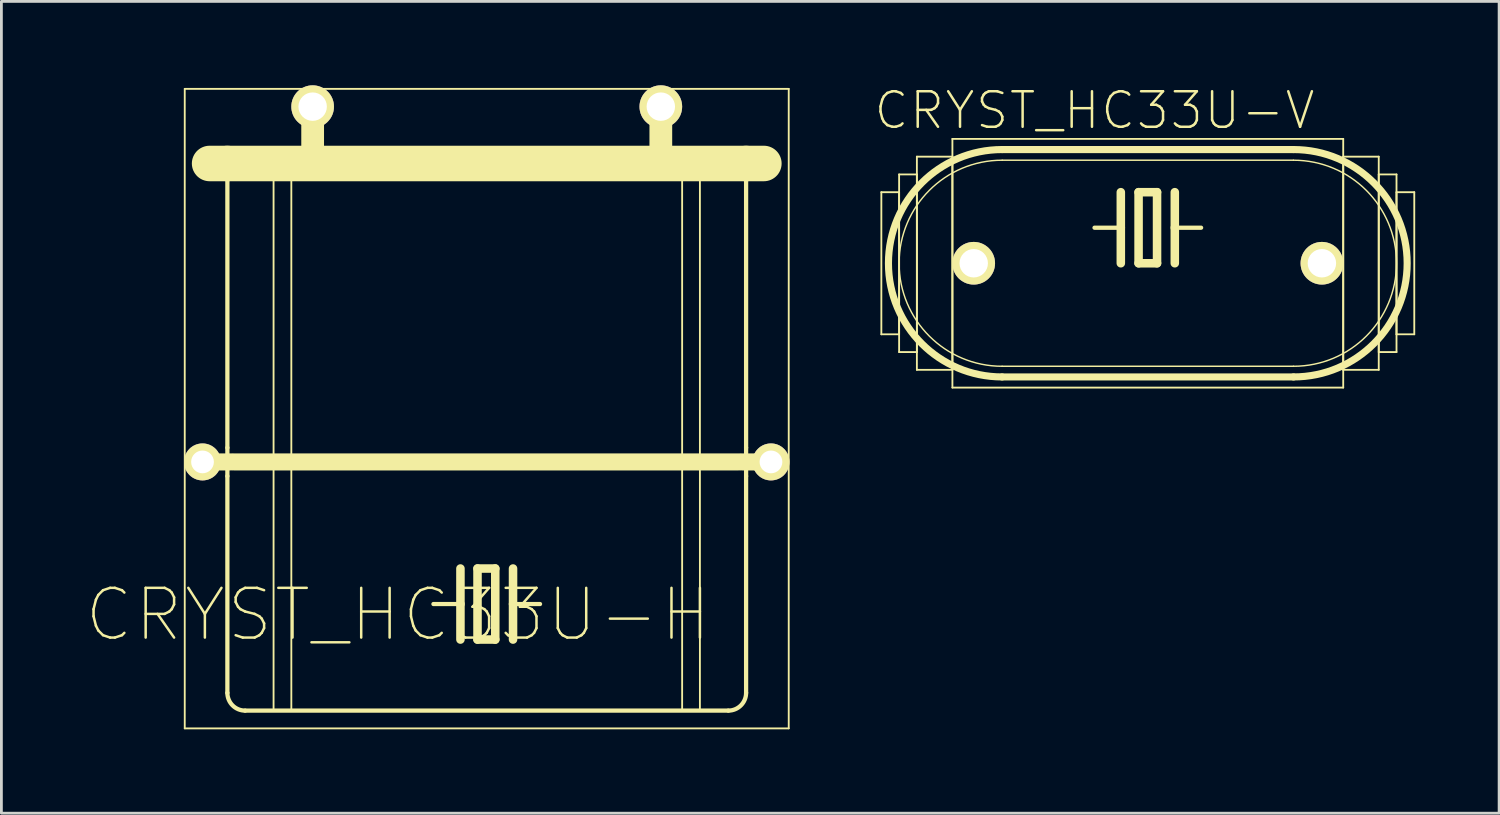
<source format=kicad_pcb>
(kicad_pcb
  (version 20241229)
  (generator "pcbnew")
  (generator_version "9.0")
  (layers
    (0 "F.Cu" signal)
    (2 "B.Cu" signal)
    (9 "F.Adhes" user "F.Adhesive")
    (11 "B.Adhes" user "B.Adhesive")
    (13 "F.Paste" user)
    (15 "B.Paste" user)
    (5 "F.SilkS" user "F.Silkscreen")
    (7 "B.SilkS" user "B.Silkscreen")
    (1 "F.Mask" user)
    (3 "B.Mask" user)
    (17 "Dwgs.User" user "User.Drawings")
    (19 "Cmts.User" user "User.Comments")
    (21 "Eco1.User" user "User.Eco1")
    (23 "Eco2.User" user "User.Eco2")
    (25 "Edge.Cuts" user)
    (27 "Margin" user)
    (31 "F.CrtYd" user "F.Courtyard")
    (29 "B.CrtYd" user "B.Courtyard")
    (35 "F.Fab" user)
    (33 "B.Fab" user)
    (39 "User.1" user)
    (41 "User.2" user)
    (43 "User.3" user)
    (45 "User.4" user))
  (footprint "CRYST_HC33U-V"
    (layer "F.Cu")
    (at 37.98 6.36)
    (property "Reference" "CRYST_HC33U-V" (at -1.905 -5.461 0) (layer "F.SilkS") (effects (font (size 1.27 1.27) (thickness 0.089))))
    (attr exclude_from_pos_files exclude_from_bom)
    (fp_line (start -9.525 -2.54) (end -8.89 -2.54) (stroke (width 0.066) (type solid)) (layer "F.SilkS"))
    (fp_line (start -9.525 2.54) (end -9.525 -2.54) (stroke (width 0.066) (type solid)) (layer "F.SilkS"))
    (fp_line (start -9.525 2.54) (end -8.89 2.54) (stroke (width 0.066) (type solid)) (layer "F.SilkS"))
    (fp_line (start -8.89 -3.175) (end -8.255 -3.175) (stroke (width 0.066) (type solid)) (layer "F.SilkS"))
    (fp_line (start -8.89 2.54) (end -8.89 -2.54) (stroke (width 0.066) (type solid)) (layer "F.SilkS"))
    (fp_line (start -8.89 3.175) (end -8.89 -3.175) (stroke (width 0.066) (type solid)) (layer "F.SilkS"))
    (fp_line (start -8.89 3.175) (end -8.255 3.175) (stroke (width 0.066) (type solid)) (layer "F.SilkS"))
    (fp_line (start -8.255 -3.81) (end -6.985 -3.81) (stroke (width 0.066) (type solid)) (layer "F.SilkS"))
    (fp_line (start -8.255 3.175) (end -8.255 -3.175) (stroke (width 0.066) (type solid)) (layer "F.SilkS"))
    (fp_line (start -8.255 3.81) (end -8.255 -3.81) (stroke (width 0.066) (type solid)) (layer "F.SilkS"))
    (fp_line (start -8.255 3.81) (end -6.985 3.81) (stroke (width 0.066) (type solid)) (layer "F.SilkS"))
    (fp_line (start -6.985 -4.445) (end 6.985 -4.445) (stroke (width 0.066) (type solid)) (layer "F.SilkS"))
    (fp_line (start -6.985 3.81) (end -6.985 -3.81) (stroke (width 0.066) (type solid)) (layer "F.SilkS"))
    (fp_line (start -6.985 4.445) (end -6.985 -4.445) (stroke (width 0.066) (type solid)) (layer "F.SilkS"))
    (fp_line (start -6.985 4.445) (end 6.985 4.445) (stroke (width 0.066) (type solid)) (layer "F.SilkS"))
    (fp_line (start -5.207 -4.064) (end 5.207 -4.064) (stroke (width 0.254) (type solid)) (layer "F.SilkS"))
    (fp_line (start -5.207 -3.683) (end 5.207 -3.683) (stroke (width 0.051) (type solid)) (layer "F.SilkS"))
    (fp_line (start -5.207 3.683) (end 5.207 3.683) (stroke (width 0.051) (type solid)) (layer "F.SilkS"))
    (fp_line (start -5.207 4.064) (end 5.207 4.064) (stroke (width 0.254) (type solid)) (layer "F.SilkS"))
    (fp_line (start -0.965 -2.54) (end -0.965 -1.27) (stroke (width 0.305) (type solid)) (layer "F.SilkS"))
    (fp_line (start -0.965 -1.27) (end -1.905 -1.27) (stroke (width 0.152) (type solid)) (layer "F.SilkS"))
    (fp_line (start -0.965 -1.27) (end -0.965 0) (stroke (width 0.305) (type solid)) (layer "F.SilkS"))
    (fp_line (start -0.33 -2.54) (end -0.33 0) (stroke (width 0.305) (type solid)) (layer "F.SilkS"))
    (fp_line (start -0.33 0) (end 0.33 0) (stroke (width 0.305) (type solid)) (layer "F.SilkS"))
    (fp_line (start 0.33 -2.54) (end -0.33 -2.54) (stroke (width 0.305) (type solid)) (layer "F.SilkS"))
    (fp_line (start 0.33 0) (end 0.33 -2.54) (stroke (width 0.305) (type solid)) (layer "F.SilkS"))
    (fp_line (start 0.965 -2.54) (end 0.965 -1.27) (stroke (width 0.305) (type solid)) (layer "F.SilkS"))
    (fp_line (start 0.965 -1.27) (end 0.965 0) (stroke (width 0.305) (type solid)) (layer "F.SilkS"))
    (fp_line (start 0.965 -1.27) (end 1.905 -1.27) (stroke (width 0.152) (type solid)) (layer "F.SilkS"))
    (fp_line (start 6.985 -3.81) (end 8.255 -3.81) (stroke (width 0.066) (type solid)) (layer "F.SilkS"))
    (fp_line (start 6.985 3.81) (end 6.985 -3.81) (stroke (width 0.066) (type solid)) (layer "F.SilkS"))
    (fp_line (start 6.985 3.81) (end 8.255 3.81) (stroke (width 0.066) (type solid)) (layer "F.SilkS"))
    (fp_line (start 6.985 4.445) (end 6.985 -4.445) (stroke (width 0.066) (type solid)) (layer "F.SilkS"))
    (fp_line (start 8.255 -3.175) (end 8.89 -3.175) (stroke (width 0.066) (type solid)) (layer "F.SilkS"))
    (fp_line (start 8.255 3.175) (end 8.255 -3.175) (stroke (width 0.066) (type solid)) (layer "F.SilkS"))
    (fp_line (start 8.255 3.175) (end 8.89 3.175) (stroke (width 0.066) (type solid)) (layer "F.SilkS"))
    (fp_line (start 8.255 3.81) (end 8.255 -3.81) (stroke (width 0.066) (type solid)) (layer "F.SilkS"))
    (fp_line (start 8.89 -2.54) (end 9.525 -2.54) (stroke (width 0.066) (type solid)) (layer "F.SilkS"))
    (fp_line (start 8.89 2.54) (end 8.89 -2.54) (stroke (width 0.066) (type solid)) (layer "F.SilkS"))
    (fp_line (start 8.89 2.54) (end 9.525 2.54) (stroke (width 0.066) (type solid)) (layer "F.SilkS"))
    (fp_line (start 8.89 3.175) (end 8.89 -3.175) (stroke (width 0.066) (type solid)) (layer "F.SilkS"))
    (fp_line (start 9.525 2.54) (end 9.525 -2.54) (stroke (width 0.066) (type solid)) (layer "F.SilkS"))
    (fp_arc (start -5.207 3.683) (mid -8.89 0) (end -5.207 -3.683) (stroke (width 0.0508) (type solid)) (layer "F.SilkS"))
    (fp_arc (start -5.207 4.064) (mid -9.271 0) (end -5.207 -4.064) (stroke (width 0.254) (type solid)) (layer "F.SilkS"))
    (fp_arc (start 5.207 -4.064) (mid 9.271 0) (end 5.207 4.064) (stroke (width 0.254) (type solid)) (layer "F.SilkS"))
    (fp_arc (start 5.207 -3.683) (mid 8.89 0) (end 5.207 3.683) (stroke (width 0.0508) (type solid)) (layer "F.SilkS"))
    (pad "1" thru_hole circle (at -6.223 0) (size 1.524 1.524) (drill 1.016) (layers "*.Cu" "F.Mask" "F.SilkS" "F.Paste"))
    (pad "2" thru_hole circle (at 6.223 0) (size 1.524 1.524) (drill 1.016) (layers "*.Cu" "F.Mask" "F.SilkS" "F.Paste")))
  (footprint "CRYST_HC33U-H"
    (layer "F.Cu")
    (at 14.349 0.762)
    (property "Reference" "CRYST_HC33U-H" (at -3.175 18.161 0) (layer "F.SilkS") (effects (font (size 1.778 1.778) (thickness 0.089))))
    (attr exclude_from_pos_files exclude_from_bom)
    (fp_line (start -10.795 -0.635) (end -10.795 22.225) (stroke (width 0.066) (type solid)) (layer "F.SilkS"))
    (fp_line (start -10.795 -0.635) (end 10.795 -0.635) (stroke (width 0.066) (type solid)) (layer "F.SilkS"))
    (fp_line (start -10.795 22.225) (end 10.795 22.225) (stroke (width 0.066) (type solid)) (layer "F.SilkS"))
    (fp_line (start -10.16 12.7) (end -9.144 12.7) (stroke (width 0.61) (type solid)) (layer "F.SilkS"))
    (fp_line (start -9.906 2.032) (end -9.271 2.032) (stroke (width 1.27) (type solid)) (layer "F.SilkS"))
    (fp_line (start -9.271 2.032) (end 9.271 2.032) (stroke (width 1.27) (type solid)) (layer "F.SilkS"))
    (fp_line (start -9.271 12.192) (end -9.271 2.032) (stroke (width 0.152) (type solid)) (layer "F.SilkS"))
    (fp_line (start -9.271 13.208) (end -9.271 12.192) (stroke (width 0.152) (type solid)) (layer "F.SilkS"))
    (fp_line (start -9.271 13.208) (end -9.271 20.955) (stroke (width 0.152) (type solid)) (layer "F.SilkS"))
    (fp_line (start -9.017 12.7) (end 9.017 12.7) (stroke (width 0.61) (type solid)) (layer "F.SilkS"))
    (fp_line (start -7.62 1.905) (end -7.62 21.59) (stroke (width 0.066) (type solid)) (layer "F.SilkS"))
    (fp_line (start -7.62 1.905) (end -6.985 1.905) (stroke (width 0.066) (type solid)) (layer "F.SilkS"))
    (fp_line (start -7.62 21.59) (end -6.985 21.59) (stroke (width 0.066) (type solid)) (layer "F.SilkS"))
    (fp_line (start -6.985 1.905) (end -6.985 21.59) (stroke (width 0.066) (type solid)) (layer "F.SilkS"))
    (fp_line (start -6.223 1.905) (end -6.223 0) (stroke (width 0.813) (type solid)) (layer "F.SilkS"))
    (fp_line (start -0.94 17.78) (end -1.905 17.78) (stroke (width 0.152) (type solid)) (layer "F.SilkS"))
    (fp_line (start -0.94 17.78) (end -0.94 16.51) (stroke (width 0.305) (type solid)) (layer "F.SilkS"))
    (fp_line (start -0.94 19.05) (end -0.94 17.78) (stroke (width 0.305) (type solid)) (layer "F.SilkS"))
    (fp_line (start -0.33 16.51) (end 0.305 16.51) (stroke (width 0.305) (type solid)) (layer "F.SilkS"))
    (fp_line (start -0.33 19.05) (end -0.33 16.51) (stroke (width 0.305) (type solid)) (layer "F.SilkS"))
    (fp_line (start 0.305 16.51) (end 0.305 19.05) (stroke (width 0.305) (type solid)) (layer "F.SilkS"))
    (fp_line (start 0.305 19.05) (end -0.33 19.05) (stroke (width 0.305) (type solid)) (layer "F.SilkS"))
    (fp_line (start 0.94 17.78) (end 0.94 16.51) (stroke (width 0.305) (type solid)) (layer "F.SilkS"))
    (fp_line (start 0.94 17.78) (end 1.905 17.78) (stroke (width 0.152) (type solid)) (layer "F.SilkS"))
    (fp_line (start 0.94 19.05) (end 0.94 17.78) (stroke (width 0.305) (type solid)) (layer "F.SilkS"))
    (fp_line (start 6.223 1.905) (end 6.223 0) (stroke (width 0.813) (type solid)) (layer "F.SilkS"))
    (fp_line (start 6.985 1.905) (end 6.985 21.59) (stroke (width 0.066) (type solid)) (layer "F.SilkS"))
    (fp_line (start 6.985 1.905) (end 7.62 1.905) (stroke (width 0.066) (type solid)) (layer "F.SilkS"))
    (fp_line (start 6.985 21.59) (end 7.62 21.59) (stroke (width 0.066) (type solid)) (layer "F.SilkS"))
    (fp_line (start 7.62 1.905) (end 7.62 21.59) (stroke (width 0.066) (type solid)) (layer "F.SilkS"))
    (fp_line (start 8.636 21.59) (end -8.636 21.59) (stroke (width 0.152) (type solid)) (layer "F.SilkS"))
    (fp_line (start 9.144 12.7) (end 10.16 12.7) (stroke (width 0.61) (type solid)) (layer "F.SilkS"))
    (fp_line (start 9.271 2.032) (end 9.906 2.032) (stroke (width 1.27) (type solid)) (layer "F.SilkS"))
    (fp_line (start 9.271 12.192) (end 9.271 2.032) (stroke (width 0.152) (type solid)) (layer "F.SilkS"))
    (fp_line (start 9.271 13.208) (end 9.271 12.192) (stroke (width 0.152) (type solid)) (layer "F.SilkS"))
    (fp_line (start 9.271 13.208) (end 9.271 20.955) (stroke (width 0.152) (type solid)) (layer "F.SilkS"))
    (fp_line (start 10.795 -0.635) (end 10.795 22.225) (stroke (width 0.066) (type solid)) (layer "F.SilkS"))
    (fp_arc (start -8.636 21.59) (mid -9.085013 21.404013) (end -9.271 20.955) (stroke (width 0.1524) (type solid)) (layer "F.SilkS"))
    (fp_arc (start 9.271 20.955) (mid 9.085013 21.404013) (end 8.636 21.59) (stroke (width 0.1524) (type solid)) (layer "F.SilkS"))
    (pad "1" thru_hole circle (at -6.223 0) (size 1.524 1.524) (drill 1.016) (layers "*.Cu" "F.Mask" "F.SilkS" "F.Paste"))
    (pad "2" thru_hole circle (at 6.223 0) (size 1.524 1.524) (drill 1.016) (layers "*.Cu" "F.Mask" "F.SilkS" "F.Paste"))
    (pad "M" thru_hole circle (at -10.16 12.7) (size 1.321 1.321) (drill 0.813) (layers "*.Cu" "F.Mask" "F.SilkS" "F.Paste"))
    (pad "M1" thru_hole circle (at 10.16 12.7) (size 1.321 1.321) (drill 0.813) (layers "*.Cu" "F.Mask" "F.SilkS" "F.Paste")))
  (gr_rect
    (start -3 -3)
    (end 50.538 26.02)
    (stroke (width 0.1) (type default))
    (fill no)
    (layer "Edge.Cuts")))
</source>
